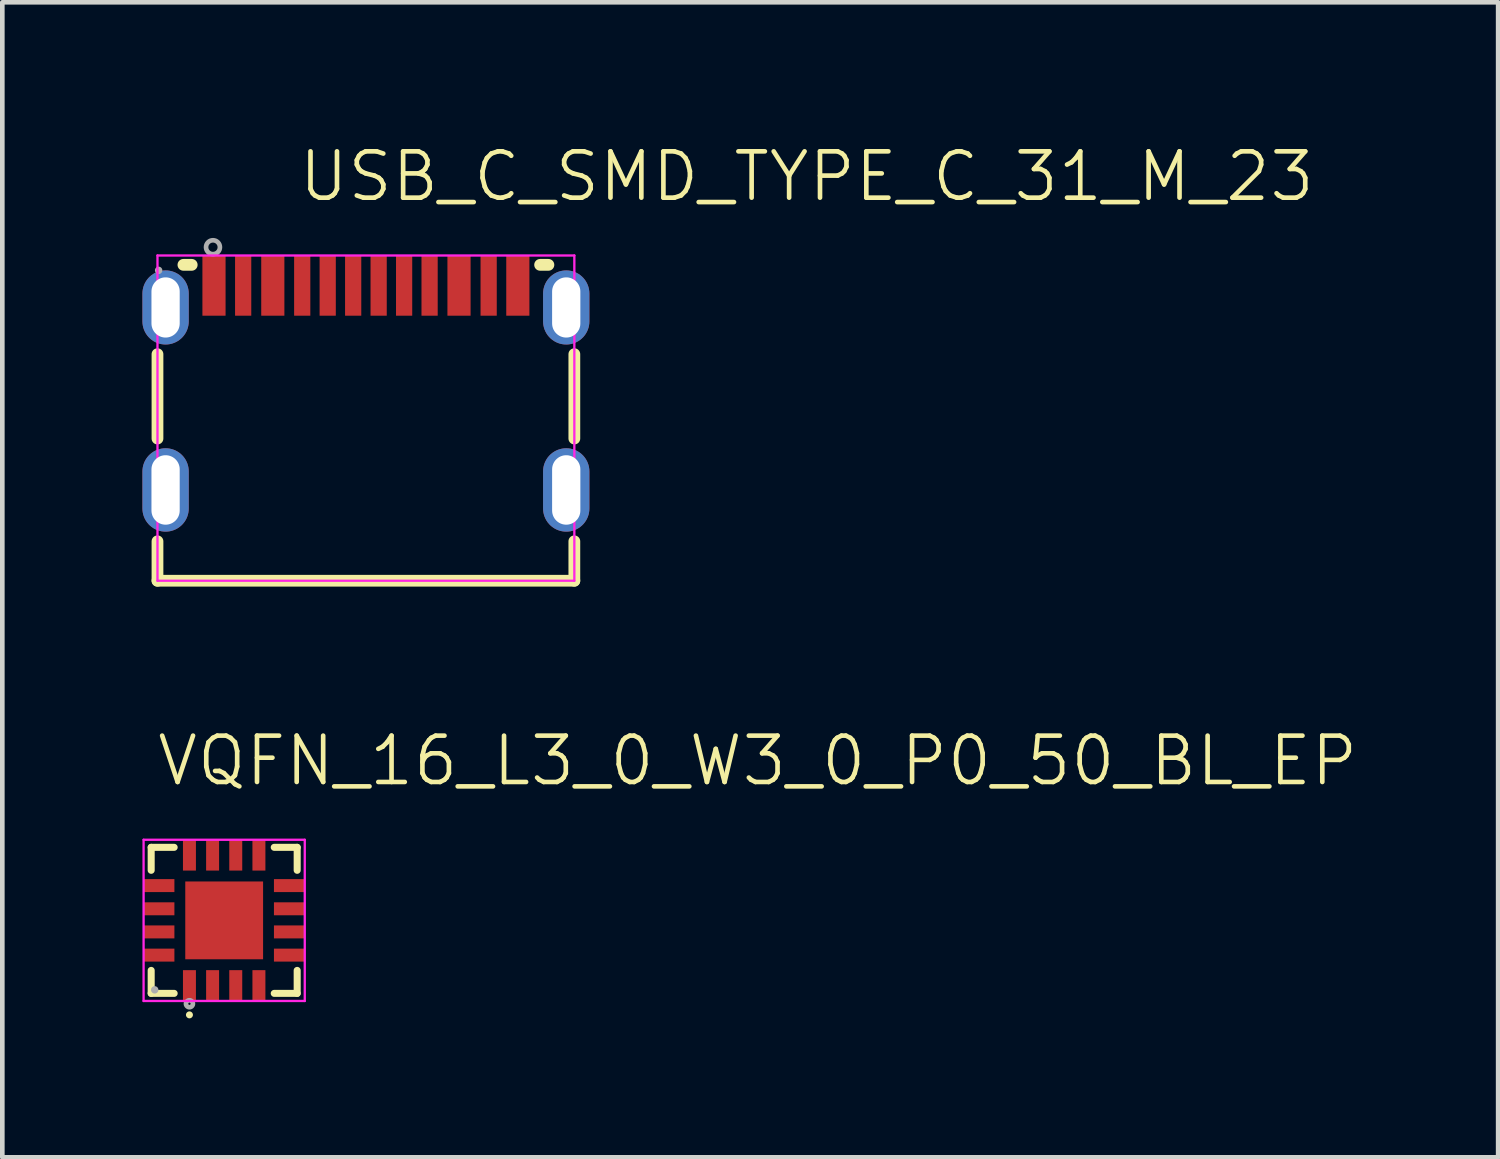
<source format=kicad_pcb>
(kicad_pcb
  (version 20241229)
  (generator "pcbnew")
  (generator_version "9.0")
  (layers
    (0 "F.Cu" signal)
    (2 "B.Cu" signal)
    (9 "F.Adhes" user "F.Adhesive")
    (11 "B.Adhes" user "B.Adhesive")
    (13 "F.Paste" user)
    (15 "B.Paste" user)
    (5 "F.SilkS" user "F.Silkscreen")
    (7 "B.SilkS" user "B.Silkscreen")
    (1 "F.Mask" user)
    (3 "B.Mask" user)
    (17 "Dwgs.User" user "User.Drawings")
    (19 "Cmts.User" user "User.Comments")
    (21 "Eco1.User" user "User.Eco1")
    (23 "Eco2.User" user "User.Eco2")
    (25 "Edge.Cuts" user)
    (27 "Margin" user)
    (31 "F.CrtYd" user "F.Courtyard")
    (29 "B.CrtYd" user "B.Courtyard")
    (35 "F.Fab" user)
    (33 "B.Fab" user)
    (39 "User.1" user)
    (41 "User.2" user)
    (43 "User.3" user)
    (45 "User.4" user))
  (footprint "VQFN_16_L3_0_W3_0_P0_50_BL_EP"
    (layer "F.Cu")
    (at 1.79 16.821)
    (property "Reference" "VQFN_16_L3_0_W3_0_P0_50_BL_EP" (at -1.5 -3.446 0) (layer "F.SilkS") (effects (font (size 1 1) (thickness 0.1)) (justify left)))
    (fp_line (start -1.576 -1.577) (end -1.08 -1.577) (stroke (width 0.152) (type solid)) (layer "F.SilkS"))
    (fp_line (start -1.576 -1.081) (end -1.576 -1.577) (stroke (width 0.152) (type solid)) (layer "F.SilkS"))
    (fp_line (start -1.576 1.08) (end -1.576 1.576) (stroke (width 0.152) (type solid)) (layer "F.SilkS"))
    (fp_line (start -1.576 1.576) (end -1.08 1.576) (stroke (width 0.152) (type solid)) (layer "F.SilkS"))
    (fp_line (start 1.576 -1.577) (end 1.081 -1.577) (stroke (width 0.152) (type solid)) (layer "F.SilkS"))
    (fp_line (start 1.576 -1.081) (end 1.576 -1.577) (stroke (width 0.152) (type solid)) (layer "F.SilkS"))
    (fp_line (start 1.576 1.08) (end 1.576 1.576) (stroke (width 0.152) (type solid)) (layer "F.SilkS"))
    (fp_line (start 1.576 1.576) (end 1.081 1.576) (stroke (width 0.152) (type solid)) (layer "F.SilkS"))
    (fp_poly (pts (xy -0.675 2.04) (xy -0.676 2.025) (xy -0.681 2.011) (xy -0.688 1.998) (xy -0.697 1.987) (xy -0.708 1.978) (xy -0.721 1.971) (xy -0.735 1.966) (xy -0.75 1.965) (xy -0.765 1.966) (xy -0.779 1.971) (xy -0.792 1.978) (xy -0.803 1.987) (xy -0.812 1.998) (xy -0.819 2.011) (xy -0.824 2.025) (xy -0.825 2.04) (xy -0.824 2.055) (xy -0.819 2.069) (xy -0.812 2.082) (xy -0.803 2.093) (xy -0.792 2.102) (xy -0.779 2.109) (xy -0.765 2.114) (xy -0.75 2.115) (xy -0.735 2.114) (xy -0.721 2.109) (xy -0.708 2.102) (xy -0.697 2.093) (xy -0.688 2.082) (xy -0.681 2.069) (xy -0.676 2.055)) (stroke (width 0) (type solid)) (fill yes) (layer "F.SilkS"))
    (fp_poly (pts (xy -1.075 -0.61) (xy -1.075 -0.89) (xy -1.74 -0.89) (xy -1.74 -0.61)) (stroke (width 0) (type solid)) (fill yes) (layer "F.Paste"))
    (fp_poly (pts (xy -1.075 -0.11) (xy -1.075 -0.39) (xy -1.74 -0.39) (xy -1.74 -0.11)) (stroke (width 0) (type solid)) (fill yes) (layer "F.Paste"))
    (fp_poly (pts (xy -1.075 0.39) (xy -1.075 0.11) (xy -1.74 0.11) (xy -1.74 0.39)) (stroke (width 0) (type solid)) (fill yes) (layer "F.Paste"))
    (fp_poly (pts (xy -1.075 0.89) (xy -1.075 0.61) (xy -1.74 0.61) (xy -1.74 0.89)) (stroke (width 0) (type solid)) (fill yes) (layer "F.Paste"))
    (fp_poly (pts (xy -0.89 -1.74) (xy -0.89 -1.075) (xy -0.61 -1.075) (xy -0.61 -1.74)) (stroke (width 0) (type solid)) (fill yes) (layer "F.Paste"))
    (fp_poly (pts (xy -0.89 1.74) (xy -0.89 1.075) (xy -0.61 1.075) (xy -0.61 1.74)) (stroke (width 0) (type solid)) (fill yes) (layer "F.Paste"))
    (fp_poly (pts (xy -0.672 0.672) (xy -0.672 -0.672) (xy 0.672 -0.672) (xy 0.672 0.672)) (stroke (width 0) (type solid)) (fill yes) (layer "F.Paste"))
    (fp_poly (pts (xy -0.39 -1.74) (xy -0.39 -1.075) (xy -0.11 -1.075) (xy -0.11 -1.74)) (stroke (width 0) (type solid)) (fill yes) (layer "F.Paste"))
    (fp_poly (pts (xy -0.39 1.74) (xy -0.39 1.075) (xy -0.11 1.075) (xy -0.11 1.74)) (stroke (width 0) (type solid)) (fill yes) (layer "F.Paste"))
    (fp_poly (pts (xy 0.11 -1.74) (xy 0.11 -1.075) (xy 0.39 -1.075) (xy 0.39 -1.74)) (stroke (width 0) (type solid)) (fill yes) (layer "F.Paste"))
    (fp_poly (pts (xy 0.11 1.74) (xy 0.11 1.075) (xy 0.39 1.075) (xy 0.39 1.74)) (stroke (width 0) (type solid)) (fill yes) (layer "F.Paste"))
    (fp_poly (pts (xy 0.61 -1.74) (xy 0.61 -1.075) (xy 0.89 -1.075) (xy 0.89 -1.74)) (stroke (width 0) (type solid)) (fill yes) (layer "F.Paste"))
    (fp_poly (pts (xy 0.61 1.74) (xy 0.61 1.075) (xy 0.89 1.075) (xy 0.89 1.74)) (stroke (width 0) (type solid)) (fill yes) (layer "F.Paste"))
    (fp_poly (pts (xy 1.74 -0.61) (xy 1.74 -0.89) (xy 1.075 -0.89) (xy 1.075 -0.61)) (stroke (width 0) (type solid)) (fill yes) (layer "F.Paste"))
    (fp_poly (pts (xy 1.74 -0.11) (xy 1.74 -0.39) (xy 1.075 -0.39) (xy 1.075 -0.11)) (stroke (width 0) (type solid)) (fill yes) (layer "F.Paste"))
    (fp_poly (pts (xy 1.74 0.39) (xy 1.74 0.11) (xy 1.075 0.11) (xy 1.075 0.39)) (stroke (width 0) (type solid)) (fill yes) (layer "F.Paste"))
    (fp_poly (pts (xy 1.74 0.89) (xy 1.74 0.61) (xy 1.075 0.61) (xy 1.075 0.89)) (stroke (width 0) (type solid)) (fill yes) (layer "F.Paste"))
    (fp_line (start -1.74 -1.74) (end -1.74 1.74) (stroke (width 0.05) (type solid)) (layer "F.CrtYd"))
    (fp_line (start -1.74 1.74) (end 1.74 1.74) (stroke (width 0.05) (type solid)) (layer "F.CrtYd"))
    (fp_line (start 1.74 -1.74) (end -1.74 -1.74) (stroke (width 0.05) (type solid)) (layer "F.CrtYd"))
    (fp_line (start 1.74 1.74) (end 1.74 -1.74) (stroke (width 0.05) (type solid)) (layer "F.CrtYd"))
    (fp_poly (pts (xy -1.47 1.5) (xy -1.471 1.494) (xy -1.472 1.489) (xy -1.475 1.483) (xy -1.479 1.479) (xy -1.483 1.475) (xy -1.489 1.472) (xy -1.494 1.471) (xy -1.5 1.47) (xy -1.506 1.471) (xy -1.511 1.472) (xy -1.517 1.475) (xy -1.521 1.479) (xy -1.525 1.483) (xy -1.528 1.489) (xy -1.529 1.494) (xy -1.53 1.5) (xy -1.529 1.506) (xy -1.528 1.511) (xy -1.525 1.517) (xy -1.521 1.521) (xy -1.517 1.525) (xy -1.511 1.528) (xy -1.506 1.529) (xy -1.5 1.53) (xy -1.494 1.529) (xy -1.489 1.528) (xy -1.483 1.525) (xy -1.479 1.521) (xy -1.475 1.517) (xy -1.472 1.511) (xy -1.471 1.506)) (stroke (width 0.1) (type solid)) (fill no) (layer "F.Fab"))
    (fp_poly (pts (xy -0.675 1.8) (xy -0.676 1.785) (xy -0.681 1.771) (xy -0.688 1.758) (xy -0.697 1.747) (xy -0.708 1.738) (xy -0.721 1.731) (xy -0.735 1.726) (xy -0.75 1.725) (xy -0.765 1.726) (xy -0.779 1.731) (xy -0.792 1.738) (xy -0.803 1.747) (xy -0.812 1.758) (xy -0.819 1.771) (xy -0.824 1.785) (xy -0.825 1.8) (xy -0.824 1.815) (xy -0.819 1.829) (xy -0.812 1.842) (xy -0.803 1.853) (xy -0.792 1.862) (xy -0.779 1.869) (xy -0.765 1.874) (xy -0.75 1.875) (xy -0.735 1.874) (xy -0.721 1.869) (xy -0.708 1.862) (xy -0.697 1.853) (xy -0.688 1.842) (xy -0.681 1.829) (xy -0.676 1.815)) (stroke (width 0.1) (type solid)) (fill no) (layer "F.Fab"))
    (pad "" smd rect (at -1.407 -0.751) (size 0.767 0.382) (layers "F.Mask"))
    (pad "" smd rect (at -1.407 -0.25) (size 0.767 0.382) (layers "F.Mask"))
    (pad "" smd rect (at -1.407 0.249) (size 0.767 0.382) (layers "F.Mask"))
    (pad "" smd rect (at -1.407 0.75) (size 0.767 0.382) (layers "F.Mask"))
    (pad "" smd rect (at -0.75 -1.408) (size 0.382 0.767) (layers "F.Mask"))
    (pad "" smd rect (at -0.75 1.407) (size 0.382 0.767) (layers "F.Mask"))
    (pad "" smd rect (at -0.25 -1.408) (size 0.382 0.767) (layers "F.Mask"))
    (pad "" smd rect (at -0.25 1.407) (size 0.382 0.767) (layers "F.Mask"))
    (pad "" smd rect (at 0 0) (size 1.782 1.782) (layers "F.Mask"))
    (pad "" smd rect (at 0.25 -1.408) (size 0.382 0.767) (layers "F.Mask"))
    (pad "" smd rect (at 0.25 1.407) (size 0.382 0.767) (layers "F.Mask"))
    (pad "" smd rect (at 0.75 -1.408) (size 0.382 0.767) (layers "F.Mask"))
    (pad "" smd rect (at 0.75 1.407) (size 0.382 0.767) (layers "F.Mask"))
    (pad "" smd rect (at 1.407 -0.751) (size 0.767 0.382) (layers "F.Mask"))
    (pad "" smd rect (at 1.407 -0.25) (size 0.767 0.382) (layers "F.Mask"))
    (pad "" smd rect (at 1.407 0.249) (size 0.767 0.382) (layers "F.Mask"))
    (pad "" smd rect (at 1.407 0.75) (size 0.767 0.382) (layers "F.Mask"))
    (pad "1" smd rect (at -0.75 1.407) (size 0.28 0.665) (layers "F.Cu"))
    (pad "2" smd rect (at -0.25 1.407) (size 0.28 0.665) (layers "F.Cu"))
    (pad "3" smd rect (at 0.25 1.407) (size 0.28 0.665) (layers "F.Cu"))
    (pad "4" smd rect (at 0.75 1.407) (size 0.28 0.665) (layers "F.Cu"))
    (pad "5" smd rect (at 1.407 0.75) (size 0.665 0.28) (layers "F.Cu"))
    (pad "6" smd rect (at 1.407 0.249) (size 0.665 0.28) (layers "F.Cu"))
    (pad "7" smd rect (at 1.407 -0.25) (size 0.665 0.28) (layers "F.Cu"))
    (pad "8" smd rect (at 1.407 -0.751) (size 0.665 0.28) (layers "F.Cu"))
    (pad "9" smd rect (at 0.75 -1.408) (size 0.28 0.665) (layers "F.Cu"))
    (pad "10" smd rect (at 0.25 -1.408) (size 0.28 0.665) (layers "F.Cu"))
    (pad "11" smd rect (at -0.25 -1.408) (size 0.28 0.665) (layers "F.Cu"))
    (pad "12" smd rect (at -0.75 -1.408) (size 0.28 0.665) (layers "F.Cu"))
    (pad "13" smd rect (at -1.407 -0.751) (size 0.665 0.28) (layers "F.Cu"))
    (pad "14" smd rect (at -1.407 -0.25) (size 0.665 0.28) (layers "F.Cu"))
    (pad "15" smd rect (at -1.407 0.249) (size 0.665 0.28) (layers "F.Cu"))
    (pad "16" smd rect (at -1.407 0.75) (size 0.665 0.28) (layers "F.Cu"))
    (pad "17" smd rect (at 0 0) (size 1.68 1.68) (layers "F.Cu")))
  (footprint "USB_C_SMD_TYPE_C_31_M_23"
    (layer "F.Cu")
    (at 4.85 5.977)
    (property "Reference" "USB_C_SMD_TYPE_C_31_M_23" (at -1.5 -5.217 0) (layer "F.SilkS") (effects (font (size 1 1) (thickness 0.1)) (justify left)))
    (fp_line (start -4.5 0.441) (end -4.5 -1.38) (stroke (width 0.254) (type solid)) (layer "F.SilkS"))
    (fp_line (start -4.5 3.511) (end -4.5 2.66) (stroke (width 0.254) (type solid)) (layer "F.SilkS"))
    (fp_line (start -3.761 -3.309) (end -3.94 -3.309) (stroke (width 0.254) (type solid)) (layer "F.SilkS"))
    (fp_line (start 3.94 -3.309) (end 3.761 -3.309) (stroke (width 0.254) (type solid)) (layer "F.SilkS"))
    (fp_line (start 4.5 0.441) (end 4.5 -1.38) (stroke (width 0.254) (type solid)) (layer "F.SilkS"))
    (fp_line (start 4.5 3.511) (end -4.5 3.511) (stroke (width 0.254) (type solid)) (layer "F.SilkS"))
    (fp_line (start 4.5 3.511) (end 4.5 2.66) (stroke (width 0.254) (type solid)) (layer "F.SilkS"))
    (fp_arc (start -4.825 -2.689) (mid -4.325 -3.189) (end -3.825 -2.689) (stroke (width 0.05) (type solid)) (layer "F.Paste"))
    (fp_arc (start -4.825 1.151) (mid -4.325 0.651) (end -3.825 1.151) (stroke (width 0.05) (type solid)) (layer "F.Paste"))
    (fp_arc (start -3.825 -2.089) (mid -4.325 -1.589) (end -4.825 -2.089) (stroke (width 0.05) (type solid)) (layer "F.Paste"))
    (fp_arc (start -3.825 1.951) (mid -4.325 2.451) (end -4.825 1.951) (stroke (width 0.05) (type solid)) (layer "F.Paste"))
    (fp_arc (start 3.825 -2.689) (mid 4.325 -3.189) (end 4.825 -2.689) (stroke (width 0.05) (type solid)) (layer "F.Paste"))
    (fp_arc (start 3.825 1.151) (mid 4.325 0.651) (end 4.825 1.151) (stroke (width 0.05) (type solid)) (layer "F.Paste"))
    (fp_arc (start 4.825 -2.089) (mid 4.325 -1.589) (end 3.825 -2.089) (stroke (width 0.05) (type solid)) (layer "F.Paste"))
    (fp_arc (start 4.825 1.951) (mid 4.325 2.451) (end 3.825 1.951) (stroke (width 0.05) (type solid)) (layer "F.Paste"))
    (fp_poly (pts (xy -3.53 -3.511) (xy -3.03 -3.511) (xy -3.03 -2.211) (xy -3.53 -2.211)) (stroke (width 0) (type solid)) (fill yes) (layer "F.Paste"))
    (fp_poly (pts (xy -2.825 -3.511) (xy -2.475 -3.511) (xy -2.475 -2.211) (xy -2.825 -2.211)) (stroke (width 0) (type solid)) (fill yes) (layer "F.Paste"))
    (fp_poly (pts (xy -2.26 -3.511) (xy -1.76 -3.511) (xy -1.76 -2.211) (xy -2.26 -2.211)) (stroke (width 0) (type solid)) (fill yes) (layer "F.Paste"))
    (fp_poly (pts (xy -1.55 -3.511) (xy -1.2 -3.511) (xy -1.2 -2.211) (xy -1.55 -2.211)) (stroke (width 0) (type solid)) (fill yes) (layer "F.Paste"))
    (fp_poly (pts (xy -1 -3.511) (xy -0.65 -3.511) (xy -0.65 -2.211) (xy -1 -2.211)) (stroke (width 0) (type solid)) (fill yes) (layer "F.Paste"))
    (fp_poly (pts (xy -0.45 -3.511) (xy -0.1 -3.511) (xy -0.1 -2.211) (xy -0.45 -2.211)) (stroke (width 0) (type solid)) (fill yes) (layer "F.Paste"))
    (fp_poly (pts (xy 0.1 -3.511) (xy 0.45 -3.511) (xy 0.45 -2.211) (xy 0.1 -2.211)) (stroke (width 0) (type solid)) (fill yes) (layer "F.Paste"))
    (fp_poly (pts (xy 0.65 -3.511) (xy 1 -3.511) (xy 1 -2.211) (xy 0.65 -2.211)) (stroke (width 0) (type solid)) (fill yes) (layer "F.Paste"))
    (fp_poly (pts (xy 1.2 -3.511) (xy 1.55 -3.511) (xy 1.55 -2.211) (xy 1.2 -2.211)) (stroke (width 0) (type solid)) (fill yes) (layer "F.Paste"))
    (fp_poly (pts (xy 1.76 -3.511) (xy 2.26 -3.511) (xy 2.26 -2.211) (xy 1.76 -2.211)) (stroke (width 0) (type solid)) (fill yes) (layer "F.Paste"))
    (fp_poly (pts (xy 2.475 -3.511) (xy 2.825 -3.511) (xy 2.825 -2.211) (xy 2.475 -2.211)) (stroke (width 0) (type solid)) (fill yes) (layer "F.Paste"))
    (fp_poly (pts (xy 3.03 -3.511) (xy 3.53 -3.511) (xy 3.53 -2.211) (xy 3.03 -2.211)) (stroke (width 0) (type solid)) (fill yes) (layer "F.Paste"))
    (fp_line (start -4.5 -3.511) (end -4.5 3.511) (stroke (width 0.05) (type solid)) (layer "F.CrtYd"))
    (fp_line (start -4.5 3.511) (end 4.5 3.511) (stroke (width 0.05) (type solid)) (layer "F.CrtYd"))
    (fp_line (start 4.5 -3.511) (end -4.5 -3.511) (stroke (width 0.05) (type solid)) (layer "F.CrtYd"))
    (fp_line (start 4.5 3.511) (end 4.5 -3.511) (stroke (width 0.05) (type solid)) (layer "F.CrtYd"))
    (fp_poly (pts (xy -4.445 -3.19) (xy -4.446 -3.196) (xy -4.447 -3.201) (xy -4.45 -3.207) (xy -4.454 -3.211) (xy -4.458 -3.215) (xy -4.464 -3.218) (xy -4.469 -3.219) (xy -4.475 -3.22) (xy -4.481 -3.219) (xy -4.486 -3.218) (xy -4.492 -3.215) (xy -4.496 -3.211) (xy -4.5 -3.207) (xy -4.503 -3.201) (xy -4.504 -3.196) (xy -4.505 -3.19) (xy -4.504 -3.184) (xy -4.503 -3.179) (xy -4.5 -3.173) (xy -4.496 -3.169) (xy -4.492 -3.165) (xy -4.486 -3.162) (xy -4.481 -3.161) (xy -4.475 -3.16) (xy -4.469 -3.161) (xy -4.464 -3.162) (xy -4.458 -3.165) (xy -4.454 -3.169) (xy -4.45 -3.173) (xy -4.447 -3.179) (xy -4.446 -3.184)) (stroke (width 0.1) (type solid)) (fill no) (layer "F.Fab"))
    (fp_poly (pts (xy -3.152 -3.69) (xy -3.155 -3.719) (xy -3.163 -3.747) (xy -3.177 -3.773) (xy -3.196 -3.796) (xy -3.219 -3.815) (xy -3.245 -3.829) (xy -3.273 -3.837) (xy -3.302 -3.84) (xy -3.331 -3.837) (xy -3.359 -3.829) (xy -3.385 -3.815) (xy -3.408 -3.796) (xy -3.427 -3.773) (xy -3.441 -3.747) (xy -3.449 -3.719) (xy -3.452 -3.69) (xy -3.449 -3.661) (xy -3.441 -3.633) (xy -3.427 -3.607) (xy -3.408 -3.584) (xy -3.385 -3.565) (xy -3.359 -3.551) (xy -3.331 -3.543) (xy -3.302 -3.54) (xy -3.273 -3.543) (xy -3.245 -3.551) (xy -3.219 -3.565) (xy -3.196 -3.584) (xy -3.177 -3.607) (xy -3.163 -3.633) (xy -3.155 -3.661)) (stroke (width 0.1) (type solid)) (fill no) (layer "F.Fab"))
    (pad "" smd rect (at -3.28 -2.861) (size 0.6 1.4) (layers "F.Mask"))
    (pad "" smd rect (at -2.65 -2.861) (size 0.45 1.4) (layers "F.Mask"))
    (pad "" smd rect (at -2.01 -2.861) (size 0.6 1.4) (layers "F.Mask"))
    (pad "" smd rect (at -1.375 -2.861) (size 0.45 1.4) (layers "F.Mask"))
    (pad "" smd rect (at -0.825 -2.861) (size 0.45 1.4) (layers "F.Mask"))
    (pad "" smd rect (at -0.275 -2.861) (size 0.45 1.4) (layers "F.Mask"))
    (pad "" smd rect (at 0.275 -2.861) (size 0.45 1.4) (layers "F.Mask"))
    (pad "" smd rect (at 0.825 -2.861) (size 0.45 1.4) (layers "F.Mask"))
    (pad "" smd rect (at 1.375 -2.861) (size 0.45 1.4) (layers "F.Mask"))
    (pad "" smd rect (at 2.01 -2.861) (size 0.6 1.4) (layers "F.Mask"))
    (pad "" smd rect (at 2.65 -2.861) (size 0.45 1.4) (layers "F.Mask"))
    (pad "" smd rect (at 3.28 -2.861) (size 0.6 1.4) (layers "F.Mask"))
    (pad "1" smd rect (at -3.28 -2.861) (size 0.5 1.3) (layers "F.Cu"))
    (pad "2" smd rect (at -2.65 -2.861) (size 0.35 1.3) (layers "F.Cu"))
    (pad "3" smd rect (at -2.01 -2.861) (size 0.5 1.3) (layers "F.Cu"))
    (pad "4" smd rect (at -1.375 -2.861) (size 0.35 1.3) (layers "F.Cu"))
    (pad "5" smd rect (at -0.825 -2.861) (size 0.35 1.3) (layers "F.Cu"))
    (pad "6" smd rect (at -0.275 -2.861) (size 0.35 1.3) (layers "F.Cu"))
    (pad "7" smd rect (at 0.275 -2.861) (size 0.35 1.3) (layers "F.Cu"))
    (pad "8" smd rect (at 0.825 -2.861) (size 0.35 1.3) (layers "F.Cu"))
    (pad "9" smd rect (at 1.375 -2.861) (size 0.35 1.3) (layers "F.Cu"))
    (pad "10" smd rect (at 2.01 -2.861) (size 0.5 1.3) (layers "F.Cu"))
    (pad "11" smd rect (at 2.65 -2.861) (size 0.35 1.3) (layers "F.Cu"))
    (pad "12" smd rect (at 3.28 -2.861) (size 0.5 1.3) (layers "F.Cu"))
    (pad "13" thru_hole oval (at -4.325 -2.389) (size 1 1.6) (drill oval 0.61 1.3) (layers "*.Cu" "*.Paste" "*.Mask"))
    (pad "14" thru_hole oval (at -4.325 1.551) (size 1 1.8) (drill oval 0.61 1.5) (layers "*.Cu" "*.Paste" "*.Mask"))
    (pad "15" thru_hole oval (at 4.325 1.551) (size 1 1.8) (drill oval 0.61 1.5) (layers "*.Cu" "*.Paste" "*.Mask"))
    (pad "16" thru_hole oval (at 4.325 -2.389) (size 1 1.6) (drill oval 0.61 1.3) (layers "*.Cu" "*.Paste" "*.Mask")))
  (gr_rect
    (start -3 -3)
    (end 29.295 21.936)
    (stroke (width 0.1) (type default))
    (fill no)
    (layer "Edge.Cuts")))
</source>
